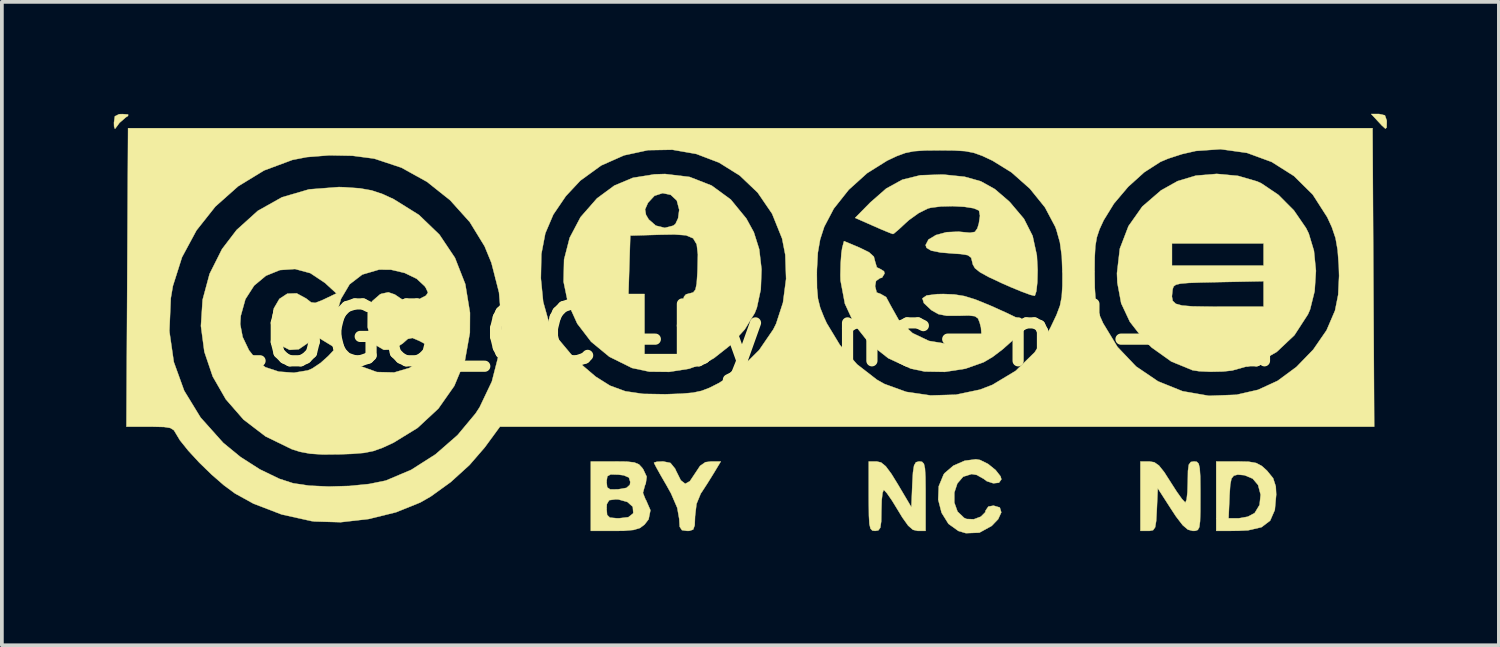
<source format=kicad_pcb>
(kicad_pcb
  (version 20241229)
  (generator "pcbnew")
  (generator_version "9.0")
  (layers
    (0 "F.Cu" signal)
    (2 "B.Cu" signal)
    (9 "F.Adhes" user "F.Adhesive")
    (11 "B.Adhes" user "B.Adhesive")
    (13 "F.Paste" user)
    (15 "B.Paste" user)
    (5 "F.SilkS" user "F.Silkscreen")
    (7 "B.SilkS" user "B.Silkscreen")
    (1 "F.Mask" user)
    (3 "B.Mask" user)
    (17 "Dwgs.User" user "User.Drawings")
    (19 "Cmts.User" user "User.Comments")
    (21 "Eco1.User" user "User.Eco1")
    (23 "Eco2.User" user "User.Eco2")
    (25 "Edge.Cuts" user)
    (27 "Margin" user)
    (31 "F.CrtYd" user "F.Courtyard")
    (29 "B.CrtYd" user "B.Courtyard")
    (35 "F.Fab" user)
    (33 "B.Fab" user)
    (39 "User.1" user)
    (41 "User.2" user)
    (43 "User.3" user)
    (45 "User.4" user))
  (footprint "LOGO_CC-by-nc-nd-eu"
    (layer "F.Cu")
    (at 17.02 5.932)
    (property "Reference" "LOGO_CC-by-nc-nd-eu" (at 0 0 0) (layer "F.SilkS") (effects (font (size 1.524 1.524) (thickness 0.3))))
    (attr through_hole)
    (fp_poly (pts (xy 17.053 -5.891) (xy 17.102 -5.752) (xy 17.103 -5.715) (xy 17.099 -5.564) (xy 17.066 -5.533) (xy 16.968 -5.621) (xy 16.873 -5.724) (xy 16.685 -5.927) (xy 16.894 -5.927) (xy 17.053 -5.891)) (stroke (width 0.01) (type solid)) (fill yes) (layer "F.SilkS"))
    (fp_poly (pts (xy -16.636 -5.913) (xy -16.638 -5.875) (xy -16.698 -5.837) (xy -16.868 -5.689) (xy -16.928 -5.606) (xy -16.988 -5.528) (xy -17.012 -5.592) (xy -17.015 -5.694) (xy -16.991 -5.864) (xy -16.878 -5.921) (xy -16.785 -5.924) (xy -16.636 -5.913)) (stroke (width 0.01) (type solid)) (fill yes) (layer "F.SilkS"))
    (fp_poly (pts (xy -0.939 3.704) (xy -1.101 3.965) (xy -1.257 4.206) (xy -1.285 4.246) (xy -1.4 4.525) (xy -1.439 4.86) (xy -1.448 5.098) (xy -1.489 5.213) (xy -1.588 5.247) (xy -1.651 5.249) (xy -1.79 5.229) (xy -1.85 5.137) (xy -1.863 4.93) (xy -1.916 4.63) (xy -2.082 4.246) (xy -2.201 4.032) (xy -2.36 3.757) (xy -2.479 3.543) (xy -2.537 3.429) (xy -2.54 3.42) (xy -2.466 3.396) (xy -2.296 3.387) (xy -2.099 3.427) (xy -1.974 3.58) (xy -1.948 3.638) (xy -1.82 3.894) (xy -1.702 3.986) (xy -1.578 3.917) (xy -1.449 3.724) (xy -1.304 3.506) (xy -1.162 3.407) (xy -1.004 3.387) (xy -0.748 3.387) (xy -0.939 3.704)) (stroke (width 0.01) (type solid)) (fill yes) (layer "F.SilkS"))
    (fp_poly (pts (xy 13.401 3.394) (xy 13.605 3.43) (xy 13.756 3.511) (xy 13.892 3.634) (xy 14.057 3.837) (xy 14.128 4.056) (xy 14.139 4.275) (xy 14.102 4.688) (xy 13.977 4.974) (xy 13.745 5.15) (xy 13.386 5.233) (xy 13.102 5.247) (xy 12.531 5.249) (xy 12.531 4.911) (xy 12.862 4.911) (xy 13.134 4.911) (xy 13.377 4.868) (xy 13.561 4.771) (xy 13.693 4.553) (xy 13.722 4.279) (xy 13.653 4.018) (xy 13.509 3.848) (xy 13.289 3.756) (xy 13.107 3.74) (xy 13.002 3.769) (xy 12.94 3.847) (xy 12.907 4.012) (xy 12.888 4.303) (xy 12.887 4.339) (xy 12.862 4.911) (xy 12.531 4.911) (xy 12.531 3.387) (xy 13.088 3.387) (xy 13.401 3.394)) (stroke (width 0.01) (type solid)) (fill yes) (layer "F.SilkS"))
    (fp_poly (pts (xy 6.201 3.348) (xy 6.415 3.454) (xy 6.616 3.616) (xy 6.749 3.785) (xy 6.773 3.867) (xy 6.708 3.957) (xy 6.556 3.973) (xy 6.381 3.916) (xy 6.296 3.852) (xy 6.109 3.748) (xy 5.976 3.725) (xy 5.748 3.796) (xy 5.592 3.977) (xy 5.511 4.223) (xy 5.511 4.49) (xy 5.597 4.731) (xy 5.775 4.901) (xy 5.842 4.93) (xy 6.033 4.937) (xy 6.222 4.867) (xy 6.339 4.75) (xy 6.35 4.702) (xy 6.423 4.597) (xy 6.562 4.572) (xy 6.73 4.621) (xy 6.77 4.752) (xy 6.686 4.935) (xy 6.513 5.115) (xy 6.183 5.296) (xy 5.822 5.31) (xy 5.621 5.251) (xy 5.354 5.06) (xy 5.17 4.763) (xy 5.079 4.411) (xy 5.094 4.052) (xy 5.225 3.735) (xy 5.251 3.701) (xy 5.485 3.501) (xy 5.789 3.368) (xy 6.089 3.329) (xy 6.201 3.348)) (stroke (width 0.01) (type solid)) (fill yes) (layer "F.SilkS"))
    (fp_poly (pts (xy 10.871 3.409) (xy 10.995 3.495) (xy 11.138 3.674) (xy 11.306 3.937) (xy 11.474 4.199) (xy 11.613 4.394) (xy 11.698 4.485) (xy 11.705 4.487) (xy 11.738 4.41) (xy 11.76 4.208) (xy 11.769 3.937) (xy 11.774 3.639) (xy 11.797 3.473) (xy 11.851 3.401) (xy 11.938 3.387) (xy 12.012 3.397) (xy 12.061 3.449) (xy 12.089 3.571) (xy 12.103 3.792) (xy 12.107 4.142) (xy 12.107 4.318) (xy 12.106 4.725) (xy 12.098 4.991) (xy 12.078 5.148) (xy 12.037 5.223) (xy 11.971 5.247) (xy 11.903 5.249) (xy 11.773 5.215) (xy 11.633 5.096) (xy 11.456 4.866) (xy 11.332 4.678) (xy 10.964 4.106) (xy 10.939 4.678) (xy 10.922 4.981) (xy 10.894 5.152) (xy 10.839 5.229) (xy 10.742 5.249) (xy 10.706 5.249) (xy 10.499 5.249) (xy 10.499 3.387) (xy 10.734 3.387) (xy 10.871 3.409)) (stroke (width 0.01) (type solid)) (fill yes) (layer "F.SilkS"))
    (fp_poly (pts (xy 3.548 3.415) (xy 3.673 3.517) (xy 3.825 3.721) (xy 3.997 4) (xy 4.36 4.613) (xy 4.385 4) (xy 4.403 3.681) (xy 4.432 3.496) (xy 4.482 3.409) (xy 4.565 3.387) (xy 4.576 3.387) (xy 4.648 3.398) (xy 4.696 3.452) (xy 4.724 3.578) (xy 4.737 3.805) (xy 4.741 4.162) (xy 4.741 4.318) (xy 4.741 5.249) (xy 4.533 5.249) (xy 4.403 5.219) (xy 4.275 5.109) (xy 4.119 4.891) (xy 4.004 4.701) (xy 3.842 4.437) (xy 3.707 4.242) (xy 3.626 4.152) (xy 3.619 4.15) (xy 3.587 4.227) (xy 3.564 4.428) (xy 3.556 4.699) (xy 3.551 4.997) (xy 3.527 5.163) (xy 3.474 5.235) (xy 3.387 5.249) (xy 3.313 5.239) (xy 3.264 5.187) (xy 3.235 5.065) (xy 3.222 4.844) (xy 3.218 4.494) (xy 3.217 4.318) (xy 3.217 3.387) (xy 3.425 3.387) (xy 3.548 3.415)) (stroke (width 0.01) (type solid)) (fill yes) (layer "F.SilkS"))
    (fp_poly (pts (xy -3.271 3.391) (xy -3.067 3.414) (xy -2.942 3.466) (xy -2.854 3.561) (xy -2.826 3.602) (xy -2.735 3.796) (xy -2.76 3.978) (xy -2.783 4.031) (xy -2.836 4.23) (xy -2.766 4.407) (xy -2.752 4.427) (xy -2.635 4.695) (xy -2.684 4.938) (xy -2.794 5.08) (xy -2.916 5.171) (xy -3.086 5.223) (xy -3.348 5.246) (xy -3.598 5.249) (xy -4.233 5.249) (xy -4.233 4.657) (xy -3.81 4.657) (xy -3.796 4.821) (xy -3.721 4.893) (xy -3.537 4.91) (xy -3.48 4.911) (xy -3.227 4.881) (xy -3.103 4.784) (xy -3.095 4.765) (xy -3.108 4.602) (xy -3.253 4.473) (xy -3.493 4.406) (xy -3.572 4.403) (xy -3.741 4.426) (xy -3.803 4.53) (xy -3.81 4.657) (xy -4.233 4.657) (xy -4.233 3.937) (xy -3.81 3.937) (xy -3.794 4.081) (xy -3.714 4.137) (xy -3.52 4.135) (xy -3.493 4.133) (xy -3.276 4.095) (xy -3.186 4.014) (xy -3.175 3.937) (xy -3.211 3.819) (xy -3.349 3.759) (xy -3.493 3.741) (xy -3.7 3.735) (xy -3.79 3.784) (xy -3.81 3.918) (xy -3.81 3.937) (xy -4.233 3.937) (xy -4.233 3.387) (xy -3.6 3.387) (xy -3.271 3.391)) (stroke (width 0.01) (type solid)) (fill yes) (layer "F.SilkS"))
    (fp_poly (pts (xy 13.115 -4.268) (xy 13.631 -4.118) (xy 13.743 -4.066) (xy 14.196 -3.761) (xy 14.613 -3.343) (xy 14.939 -2.869) (xy 15.011 -2.724) (xy 15.151 -2.259) (xy 15.204 -1.721) (xy 15.169 -1.176) (xy 15.048 -0.689) (xy 14.991 -0.557) (xy 14.628 0.003) (xy 14.152 0.452) (xy 13.587 0.773) (xy 12.957 0.95) (xy 12.713 0.976) (xy 12.378 0.983) (xy 12.074 0.969) (xy 11.896 0.942) (xy 11.327 0.708) (xy 10.8 0.332) (xy 10.593 0.128) (xy 10.216 -0.357) (xy 9.984 -0.852) (xy 9.95 -1.035) (xy 11.343 -1.035) (xy 11.365 -0.917) (xy 11.447 -0.839) (xy 11.614 -0.793) (xy 11.889 -0.77) (xy 12.295 -0.763) (xy 12.613 -0.762) (xy 13.801 -0.762) (xy 13.801 -1.444) (xy 12.594 -1.42) (xy 12.121 -1.41) (xy 11.79 -1.398) (xy 11.576 -1.38) (xy 11.451 -1.35) (xy 11.39 -1.305) (xy 11.366 -1.238) (xy 11.36 -1.2) (xy 11.343 -1.035) (xy 9.95 -1.035) (xy 9.881 -1.403) (xy 9.871 -1.658) (xy 9.948 -2.318) (xy 10.001 -2.455) (xy 11.345 -2.455) (xy 11.345 -1.863) (xy 13.801 -1.863) (xy 13.801 -2.455) (xy 11.345 -2.455) (xy 10.001 -2.455) (xy 10.179 -2.92) (xy 10.55 -3.446) (xy 11.053 -3.88) (xy 11.495 -4.127) (xy 11.984 -4.274) (xy 12.545 -4.321) (xy 13.115 -4.268)) (stroke (width 0.01) (type solid)) (fill yes) (layer "F.SilkS"))
    (fp_poly (pts (xy 5.245 -4.3) (xy 5.788 -4.244) (xy 6.221 -4.122) (xy 6.597 -3.913) (xy 6.971 -3.592) (xy 7.005 -3.558) (xy 7.377 -3.118) (xy 7.61 -2.658) (xy 7.724 -2.132) (xy 7.744 -1.744) (xy 7.736 -1.418) (xy 7.71 -1.177) (xy 7.671 -1.059) (xy 7.662 -1.054) (xy 7.554 -1.078) (xy 7.329 -1.16) (xy 7.025 -1.285) (xy 6.8 -1.384) (xy 6.434 -1.555) (xy 6.199 -1.685) (xy 6.065 -1.792) (xy 6.006 -1.896) (xy 5.995 -1.947) (xy 5.962 -2.075) (xy 5.871 -2.142) (xy 5.679 -2.173) (xy 5.546 -2.181) (xy 5.147 -2.213) (xy 4.894 -2.263) (xy 4.768 -2.337) (xy 4.741 -2.412) (xy 4.818 -2.561) (xy 5.02 -2.682) (xy 5.303 -2.758) (xy 5.622 -2.772) (xy 5.686 -2.766) (xy 5.932 -2.743) (xy 6.062 -2.766) (xy 6.128 -2.859) (xy 6.168 -2.989) (xy 6.199 -3.197) (xy 6.174 -3.334) (xy 6.17 -3.339) (xy 6.032 -3.399) (xy 5.78 -3.439) (xy 5.468 -3.456) (xy 5.151 -3.448) (xy 4.882 -3.414) (xy 4.802 -3.393) (xy 4.558 -3.272) (xy 4.294 -3.082) (xy 4.205 -3.002) (xy 4.024 -2.834) (xy 3.899 -2.728) (xy 3.867 -2.709) (xy 3.777 -2.741) (xy 3.577 -2.823) (xy 3.342 -2.926) (xy 2.852 -3.142) (xy 3.26 -3.556) (xy 3.685 -3.928) (xy 4.116 -4.165) (xy 4.598 -4.284) (xy 5.178 -4.303) (xy 5.245 -4.3)) (stroke (width 0.01) (type solid)) (fill yes) (layer "F.SilkS"))
    (fp_poly (pts (xy 2.971 -2.344) (xy 3.227 -2.218) (xy 3.354 -2.102) (xy 3.387 -1.973) (xy 3.434 -1.815) (xy 3.514 -1.778) (xy 3.626 -1.71) (xy 3.641 -1.651) (xy 3.573 -1.539) (xy 3.514 -1.524) (xy 3.412 -1.45) (xy 3.387 -1.312) (xy 3.43 -1.142) (xy 3.539 -1.101) (xy 3.683 -1.019) (xy 3.8 -0.8) (xy 4.038 -0.376) (xy 4.391 -0.053) (xy 4.83 0.156) (xy 5.327 0.238) (xy 5.851 0.18) (xy 5.938 0.156) (xy 6.153 0.077) (xy 6.239 -0.024) (xy 6.225 -0.202) (xy 6.191 -0.333) (xy 6.146 -0.447) (xy 6.062 -0.506) (xy 5.896 -0.525) (xy 5.625 -0.518) (xy 5.302 -0.519) (xy 5.084 -0.562) (xy 4.907 -0.662) (xy 4.886 -0.678) (xy 4.695 -0.858) (xy 4.655 -0.984) (xy 4.769 -1.062) (xy 5.044 -1.097) (xy 5.215 -1.101) (xy 5.511 -1.089) (xy 5.778 -1.046) (xy 6.071 -0.956) (xy 6.443 -0.805) (xy 6.573 -0.748) (xy 6.909 -0.596) (xy 7.184 -0.464) (xy 7.362 -0.37) (xy 7.41 -0.335) (xy 7.387 -0.226) (xy 7.256 -0.05) (xy 7.051 0.164) (xy 6.802 0.385) (xy 6.541 0.583) (xy 6.301 0.726) (xy 5.807 0.901) (xy 5.257 0.986) (xy 4.718 0.977) (xy 4.345 0.899) (xy 3.741 0.621) (xy 3.234 0.223) (xy 2.841 -0.272) (xy 2.578 -0.841) (xy 2.461 -1.463) (xy 2.457 -1.609) (xy 2.465 -1.926) (xy 2.484 -2.196) (xy 2.506 -2.339) (xy 2.554 -2.519) (xy 2.971 -2.344)) (stroke (width 0.01) (type solid)) (fill yes) (layer "F.SilkS"))
    (fp_poly (pts (xy -1.585 -4.239) (xy -0.994 -4.008) (xy -0.482 -3.634) (xy -0.064 -3.124) (xy 0.137 -2.757) (xy 0.281 -2.301) (xy 0.343 -1.767) (xy 0.323 -1.224) (xy 0.219 -0.738) (xy 0.163 -0.593) (xy -0.105 -0.154) (xy -0.486 0.266) (xy -0.928 0.615) (xy -1.134 0.734) (xy -1.598 0.902) (xy -2.132 0.986) (xy -2.666 0.98) (xy -3.132 0.881) (xy -3.133 0.88) (xy -3.736 0.581) (xy -4.225 0.178) (xy -4.596 -0.307) (xy -4.843 -0.85) (xy -4.895 -1.101) (xy -3.224 -1.101) (xy -2.794 -1.101) (xy -2.794 0.508) (xy -1.778 0.508) (xy -1.778 -0.29) (xy -1.776 -0.662) (xy -1.764 -0.898) (xy -1.735 -1.03) (xy -1.682 -1.091) (xy -1.596 -1.115) (xy -1.587 -1.116) (xy -1.488 -1.144) (xy -1.428 -1.22) (xy -1.395 -1.38) (xy -1.376 -1.662) (xy -1.372 -1.756) (xy -1.363 -2.161) (xy -1.394 -2.432) (xy -1.491 -2.595) (xy -1.682 -2.675) (xy -1.992 -2.697) (xy -2.354 -2.691) (xy -3.175 -2.667) (xy -3.224 -1.101) (xy -4.895 -1.101) (xy -4.963 -1.43) (xy -4.95 -2.024) (xy -4.8 -2.608) (xy -4.508 -3.162) (xy -4.327 -3.368) (xy -2.779 -3.368) (xy -2.754 -3.224) (xy -2.681 -3.1) (xy -2.491 -2.934) (xy -2.25 -2.874) (xy -2.024 -2.933) (xy -1.964 -2.98) (xy -1.893 -3.132) (xy -1.863 -3.355) (xy -1.863 -3.358) (xy -1.928 -3.607) (xy -2.092 -3.76) (xy -2.307 -3.805) (xy -2.528 -3.733) (xy -2.701 -3.545) (xy -2.779 -3.368) (xy -4.327 -3.368) (xy -4.07 -3.662) (xy -4.059 -3.671) (xy -3.602 -4.008) (xy -3.105 -4.216) (xy -2.528 -4.309) (xy -2.242 -4.318) (xy -1.585 -4.239)) (stroke (width 0.01) (type solid)) (fill yes) (layer "F.SilkS"))
    (fp_poly (pts (xy -10.835 -3.963) (xy -10.423 -3.934) (xy -10.108 -3.878) (xy -9.814 -3.78) (xy -9.517 -3.643) (xy -8.841 -3.222) (xy -8.291 -2.693) (xy -7.874 -2.07) (xy -7.598 -1.367) (xy -7.472 -0.599) (xy -7.475 -0.064) (xy -7.607 0.679) (xy -7.892 1.362) (xy -8.319 1.97) (xy -8.877 2.488) (xy -9.52 2.883) (xy -9.813 3.019) (xy -10.058 3.107) (xy -10.313 3.158) (xy -10.635 3.184) (xy -10.959 3.196) (xy -11.416 3.201) (xy -11.756 3.179) (xy -12.034 3.127) (xy -12.249 3.058) (xy -12.952 2.716) (xy -13.543 2.264) (xy -14.016 1.722) (xy -14.368 1.11) (xy -14.592 0.448) (xy -14.684 -0.244) (xy -14.681 -0.293) (xy -13.631 -0.293) (xy -13.566 0.051) (xy -13.397 0.405) (xy -13.161 0.706) (xy -12.955 0.862) (xy -12.596 0.98) (xy -12.191 1.009) (xy -11.819 0.947) (xy -11.701 0.897) (xy -11.476 0.746) (xy -11.272 0.563) (xy -11.071 0.349) (xy -11.351 0.179) (xy -11.63 0.009) (xy -11.822 0.216) (xy -12.061 0.38) (xy -12.306 0.397) (xy -12.527 0.284) (xy -12.695 0.059) (xy -12.78 -0.261) (xy -12.784 -0.36) (xy -11.038 -0.36) (xy -10.991 0.014) (xy -10.886 0.349) (xy -10.769 0.54) (xy -10.402 0.834) (xy -9.967 0.991) (xy -9.504 1.002) (xy -9.098 0.882) (xy -8.919 0.766) (xy -8.743 0.607) (xy -8.609 0.447) (xy -8.555 0.328) (xy -8.566 0.3) (xy -8.653 0.249) (xy -8.826 0.157) (xy -8.836 0.152) (xy -9.015 0.077) (xy -9.139 0.103) (xy -9.277 0.225) (xy -9.529 0.387) (xy -9.781 0.396) (xy -10.001 0.267) (xy -10.159 0.014) (xy -10.215 -0.213) (xy -10.211 -0.604) (xy -10.097 -0.906) (xy -9.881 -1.093) (xy -9.849 -1.106) (xy -9.661 -1.147) (xy -9.487 -1.088) (xy -9.371 -1.009) (xy -9.196 -0.894) (xy -9.06 -0.874) (xy -8.877 -0.943) (xy -8.835 -0.963) (xy -8.651 -1.059) (xy -8.598 -1.14) (xy -8.652 -1.259) (xy -8.683 -1.308) (xy -8.9 -1.51) (xy -9.223 -1.666) (xy -9.592 -1.753) (xy -9.909 -1.755) (xy -10.358 -1.623) (xy -10.698 -1.362) (xy -10.929 -0.971) (xy -11.011 -0.701) (xy -11.038 -0.36) (xy -12.784 -0.36) (xy -12.785 -0.368) (xy -12.729 -0.716) (xy -12.581 -0.97) (xy -12.368 -1.11) (xy -12.118 -1.119) (xy -11.86 -0.979) (xy -11.849 -0.969) (xy -11.731 -0.878) (xy -11.621 -0.863) (xy -11.451 -0.927) (xy -11.366 -0.967) (xy -11.052 -1.117) (xy -11.361 -1.4) (xy -11.751 -1.66) (xy -12.161 -1.771) (xy -12.567 -1.743) (xy -12.941 -1.591) (xy -13.258 -1.327) (xy -13.492 -0.963) (xy -13.617 -0.513) (xy -13.631 -0.293) (xy -14.681 -0.293) (xy -14.639 -0.947) (xy -14.452 -1.641) (xy -14.118 -2.306) (xy -13.727 -2.818) (xy -13.159 -3.331) (xy -12.512 -3.694) (xy -11.787 -3.906) (xy -10.986 -3.968) (xy -10.835 -3.963)) (stroke (width 0.01) (type solid)) (fill yes) (layer "F.SilkS"))
    (fp_poly (pts (xy 16.766 2.455) (xy -6.669 2.455) (xy -7.077 3.012) (xy -7.486 3.484) (xy -7.989 3.941) (xy -8.523 4.326) (xy -8.804 4.487) (xy -9.456 4.75) (xy -10.188 4.93) (xy -10.936 5.016) (xy -11.636 4.996) (xy -11.724 4.985) (xy -12.523 4.807) (xy -13.276 4.518) (xy -13.774 4.243) (xy -14.07 4.024) (xy -14.401 3.736) (xy -14.731 3.415) (xy -15.024 3.097) (xy -15.247 2.819) (xy -15.346 2.654) (xy -15.408 2.551) (xy -15.503 2.491) (xy -15.674 2.463) (xy -15.961 2.456) (xy -16.059 2.455) (xy -16.681 2.455) (xy -16.667 -0.103) (xy -15.53 -0.103) (xy -15.411 0.722) (xy -15.133 1.491) (xy -14.694 2.209) (xy -14.093 2.881) (xy -14.083 2.891) (xy -13.623 3.268) (xy -13.104 3.6) (xy -12.583 3.852) (xy -12.213 3.972) (xy -11.782 4.036) (xy -11.256 4.06) (xy -10.698 4.044) (xy -10.173 3.991) (xy -9.745 3.904) (xy -9.718 3.896) (xy -9.047 3.612) (xy -8.395 3.196) (xy -7.805 2.681) (xy -7.322 2.101) (xy -7.214 1.935) (xy -6.886 1.246) (xy -6.69 0.481) (xy -6.625 -0.326) (xy -6.694 -1.143) (xy -6.79 -1.52) (xy -5.572 -1.52) (xy -5.51 -0.891) (xy -5.363 -0.367) (xy -5.109 0.1) (xy -4.727 0.556) (xy -4.518 0.76) (xy -4.103 1.114) (xy -3.716 1.357) (xy -3.308 1.506) (xy -2.833 1.576) (xy -2.245 1.586) (xy -2.201 1.585) (xy -1.788 1.57) (xy -1.493 1.544) (xy -1.264 1.495) (xy -1.051 1.413) (xy -0.8 1.286) (xy -0.784 1.277) (xy -0.215 0.892) (xy 0.279 0.402) (xy 0.657 -0.15) (xy 0.734 -0.304) (xy 0.918 -0.87) (xy 1.002 -1.509) (xy 0.997 -1.651) (xy 1.826 -1.651) (xy 1.83 -1.261) (xy 1.856 -0.975) (xy 1.917 -0.73) (xy 2.025 -0.461) (xy 2.091 -0.318) (xy 2.445 0.267) (xy 2.906 0.786) (xy 3.435 1.196) (xy 3.639 1.311) (xy 4.222 1.522) (xy 4.877 1.618) (xy 5.554 1.598) (xy 6.2 1.462) (xy 6.532 1.334) (xy 7.154 0.96) (xy 7.664 0.463) (xy 8.07 -0.165) (xy 8.099 -0.222) (xy 8.25 -0.54) (xy 8.343 -0.787) (xy 8.39 -1.027) (xy 8.408 -1.323) (xy 8.409 -1.635) (xy 8.407 -1.693) (xy 9.271 -1.693) (xy 9.276 -1.27) (xy 9.296 -0.964) (xy 9.34 -0.725) (xy 9.417 -0.502) (xy 9.498 -0.32) (xy 9.885 0.318) (xy 10.383 0.841) (xy 10.972 1.24) (xy 11.63 1.505) (xy 12.337 1.628) (xy 13.073 1.6) (xy 13.653 1.467) (xy 14.177 1.226) (xy 14.682 0.853) (xy 15.132 0.389) (xy 15.49 -0.13) (xy 15.716 -0.657) (xy 15.801 -1.082) (xy 15.825 -1.587) (xy 15.817 -1.865) (xy 15.786 -2.28) (xy 15.73 -2.599) (xy 15.631 -2.892) (xy 15.508 -3.159) (xy 15.119 -3.766) (xy 14.615 -4.264) (xy 14.019 -4.641) (xy 13.356 -4.884) (xy 12.648 -4.983) (xy 11.985 -4.936) (xy 11.617 -4.852) (xy 11.246 -4.732) (xy 11.037 -4.644) (xy 10.604 -4.366) (xy 10.172 -3.976) (xy 9.79 -3.525) (xy 9.514 -3.077) (xy 9.402 -2.834) (xy 9.331 -2.621) (xy 9.291 -2.386) (xy 9.274 -2.078) (xy 9.271 -1.693) (xy 8.407 -1.693) (xy 8.392 -2.113) (xy 8.341 -2.488) (xy 8.246 -2.825) (xy 8.217 -2.903) (xy 7.94 -3.425) (xy 7.536 -3.925) (xy 7.044 -4.361) (xy 6.535 -4.676) (xy 6.26 -4.805) (xy 6.034 -4.886) (xy 5.8 -4.931) (xy 5.505 -4.949) (xy 5.122 -4.953) (xy 4.718 -4.949) (xy 4.428 -4.929) (xy 4.197 -4.882) (xy 3.969 -4.798) (xy 3.71 -4.676) (xy 3.172 -4.339) (xy 2.681 -3.896) (xy 2.28 -3.39) (xy 2.024 -2.903) (xy 1.914 -2.564) (xy 1.852 -2.206) (xy 1.828 -1.76) (xy 1.826 -1.651) (xy 0.997 -1.651) (xy 0.98 -2.151) (xy 0.895 -2.587) (xy 0.626 -3.254) (xy 0.24 -3.819) (xy -0.241 -4.277) (xy -0.797 -4.624) (xy -1.406 -4.856) (xy -2.047 -4.968) (xy -2.7 -4.957) (xy -3.342 -4.818) (xy -3.954 -4.547) (xy -4.514 -4.141) (xy -4.902 -3.726) (xy -5.239 -3.23) (xy -5.453 -2.728) (xy -5.559 -2.172) (xy -5.572 -1.52) (xy -6.79 -1.52) (xy -6.897 -1.936) (xy -7.08 -2.381) (xy -7.477 -3.029) (xy -8.003 -3.614) (xy -8.625 -4.109) (xy -9.309 -4.488) (xy -10.022 -4.725) (xy -10.058 -4.733) (xy -10.622 -4.807) (xy -11.244 -4.819) (xy -11.845 -4.771) (xy -12.231 -4.696) (xy -12.99 -4.414) (xy -13.685 -3.99) (xy -14.296 -3.447) (xy -14.804 -2.806) (xy -15.191 -2.088) (xy -15.436 -1.316) (xy -15.492 -0.988) (xy -15.53 -0.103) (xy -16.667 -0.103) (xy -16.637 -5.546) (xy 16.722 -5.546) (xy 16.766 2.455)) (stroke (width 0.01) (type solid)) (fill yes) (layer "F.SilkS")))
  (gr_rect
    (start -3 -3)
    (end 37.128 14.247)
    (stroke (width 0.1) (type default))
    (fill no)
    (layer "Edge.Cuts")))
</source>
